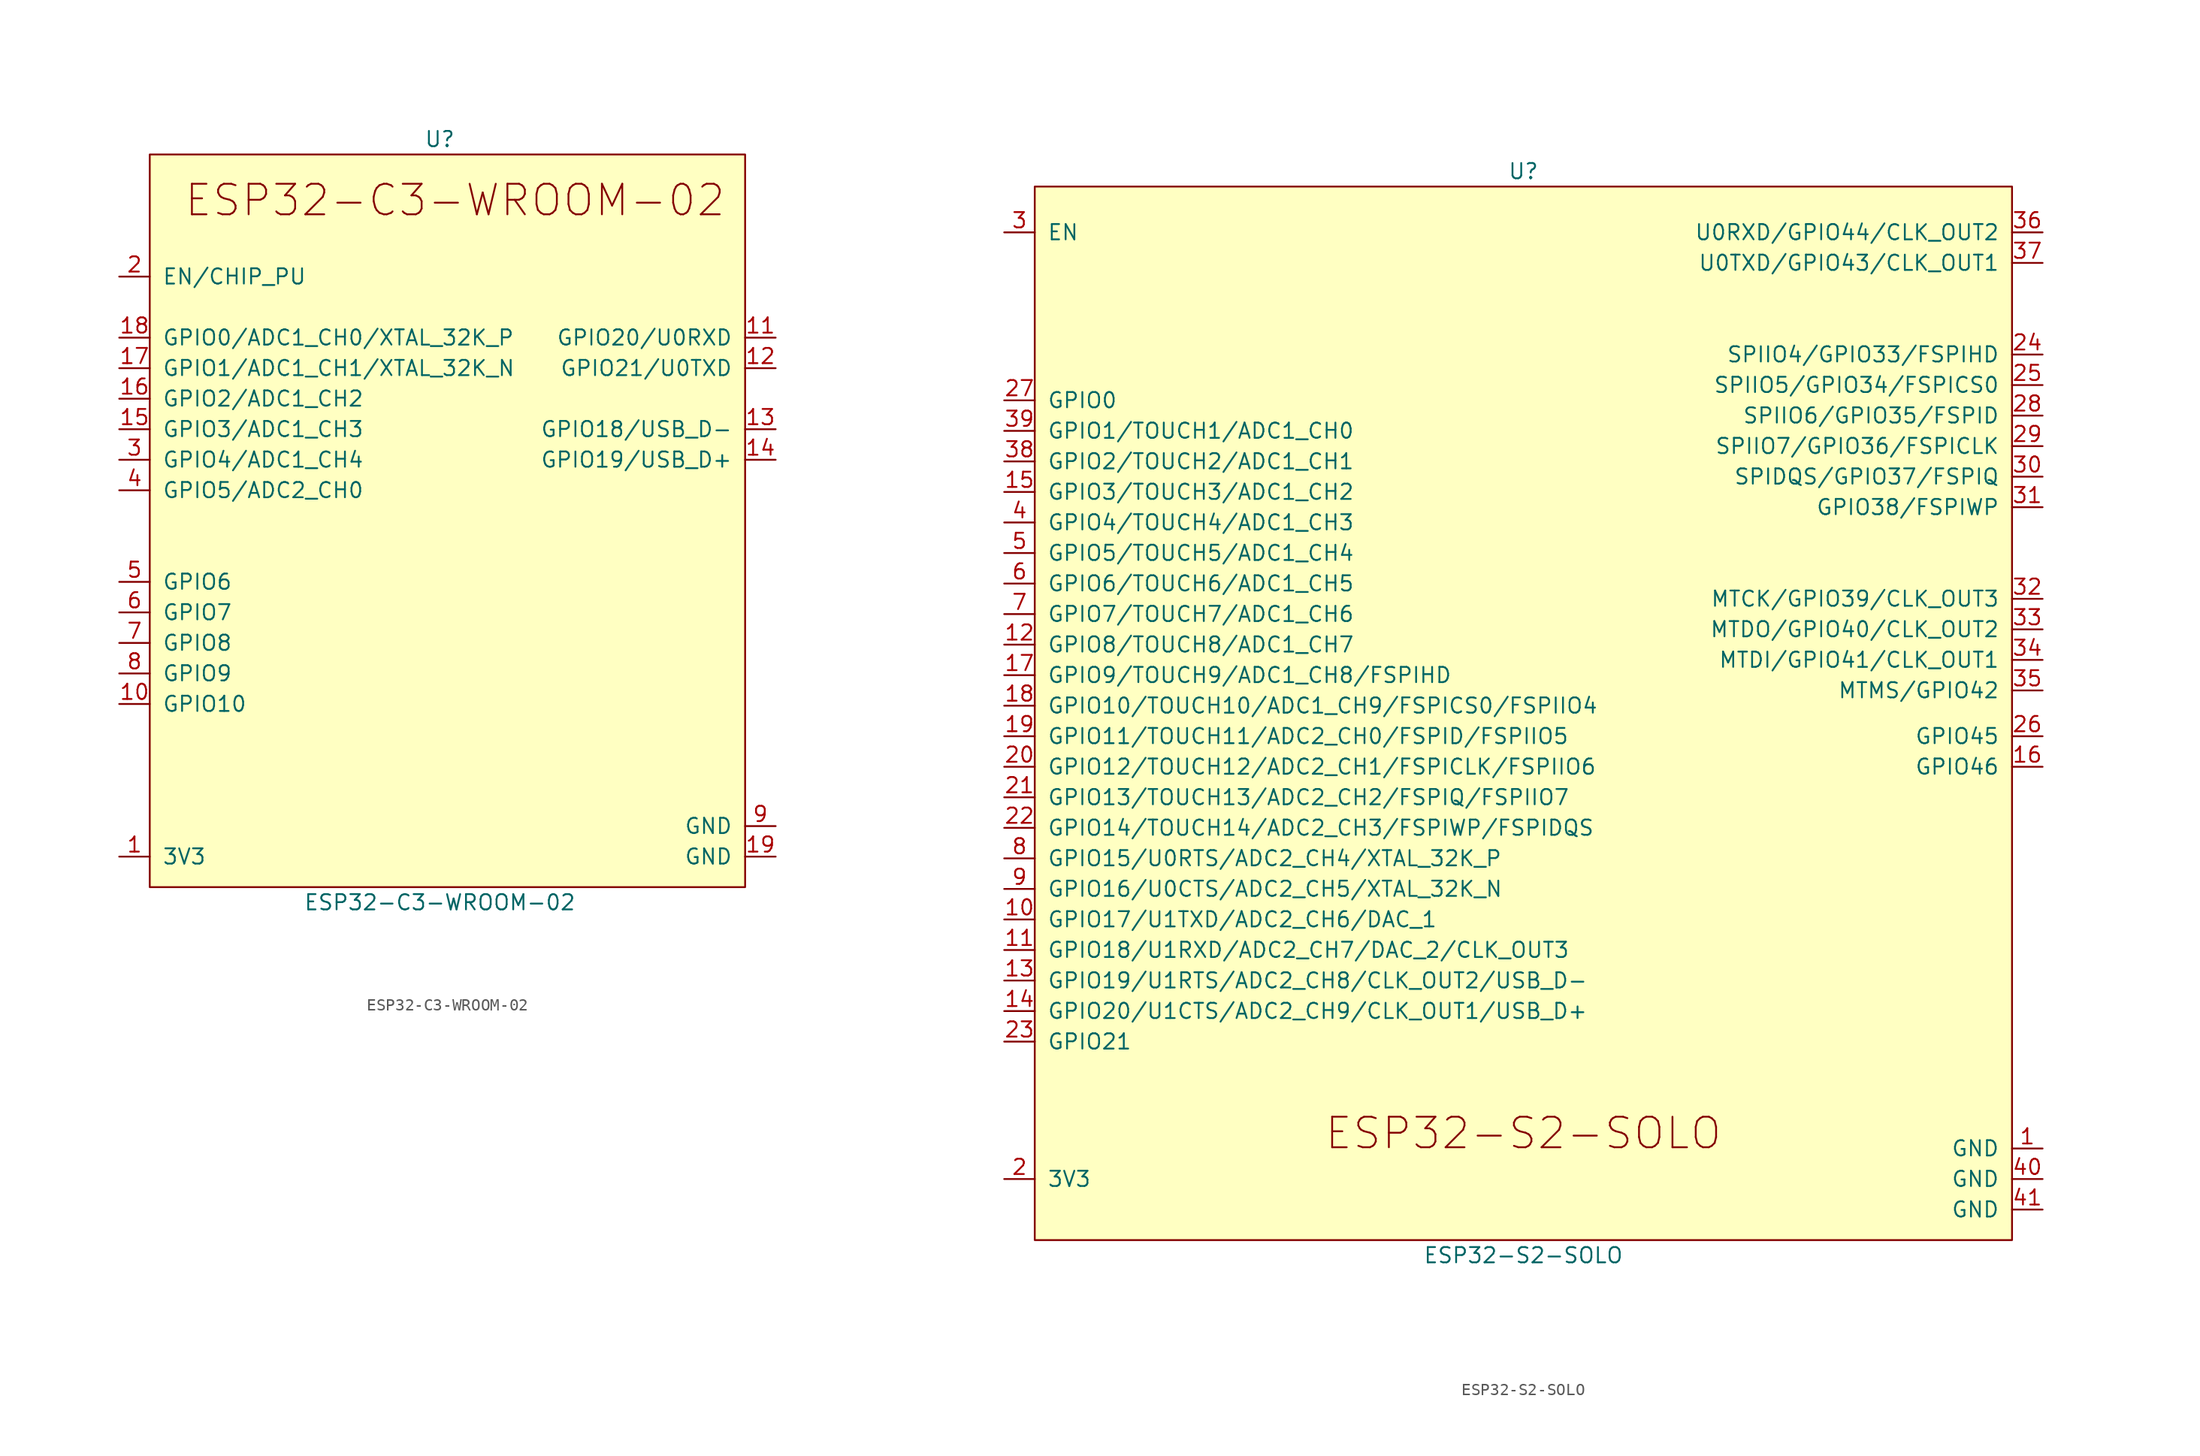
<source format=kicad_sym>
(kicad_symbol_lib
  (version 20211014)
  (generator kicad_symbol_editor)
  (symbol "ESP32-C3-WROOM-02"
    (pin_names
      (offset 1.016))
    (property "Reference" "U"
      (at 0 33.02 0)
      (effects (font (size 1.27 1.27))))
    (property "Value" "ESP32-C3-WROOM-02"
      (at 0 -30.48 0)
      (effects (font (size 1.27 1.27))))
    (symbol "ESP32-C3-WROOM-02_0_0"
      (text "ESP32-C3-WROOM-02" (at 1.27 27.94 0) (effects (font (size 2.54 2.54)))))
    (symbol "ESP32-C3-WROOM-02_0_1"
      (rectangle (start -24.13 31.75) (end 25.4 -29.21) (stroke (width 0) (type default) (color 0 0 0 0)) (fill (type background))))
    (symbol "ESP32-C3-WROOM-02_1_1"
      (pin power_in line (at -26.67 -26.67 0) (length 2.54) (name "3V3" (effects (font (size 1.27 1.27)))) (number "1" (effects (font (size 1.27 1.27)))))
      (pin bidirectional line (at -26.67 -13.97 0) (length 2.54) (name "GPIO10" (effects (font (size 1.27 1.27)))) (number "10" (effects (font (size 1.27 1.27)))))
      (pin bidirectional line (at 27.94 16.51 180) (length 2.54) (name "GPIO20/U0RXD" (effects (font (size 1.27 1.27)))) (number "11" (effects (font (size 1.27 1.27)))))
      (pin bidirectional line (at 27.94 13.97 180) (length 2.54) (name "GPIO21/U0TXD" (effects (font (size 1.27 1.27)))) (number "12" (effects (font (size 1.27 1.27)))))
      (pin bidirectional line (at 27.94 8.89 180) (length 2.54) (name "GPIO18/USB_D-" (effects (font (size 1.27 1.27)))) (number "13" (effects (font (size 1.27 1.27)))))
      (pin bidirectional line (at 27.94 6.35 180) (length 2.54) (name "GPIO19/USB_D+" (effects (font (size 1.27 1.27)))) (number "14" (effects (font (size 1.27 1.27)))))
      (pin bidirectional line (at -26.67 8.89 0) (length 2.54) (name "GPIO3/ADC1_CH3" (effects (font (size 1.27 1.27)))) (number "15" (effects (font (size 1.27 1.27)))))
      (pin bidirectional line (at -26.67 11.43 0) (length 2.54) (name "GPIO2/ADC1_CH2" (effects (font (size 1.27 1.27)))) (number "16" (effects (font (size 1.27 1.27)))))
      (pin bidirectional line (at -26.67 13.97 0) (length 2.54) (name "GPIO1/ADC1_CH1/XTAL_32K_N" (effects (font (size 1.27 1.27)))) (number "17" (effects (font (size 1.27 1.27)))))
      (pin bidirectional line (at -26.67 16.51 0) (length 2.54) (name "GPIO0/ADC1_CH0/XTAL_32K_P" (effects (font (size 1.27 1.27)))) (number "18" (effects (font (size 1.27 1.27)))))
      (pin power_in line (at 27.94 -26.67 180) (length 2.54) (name "GND" (effects (font (size 1.27 1.27)))) (number "19" (effects (font (size 1.27 1.27)))))
      (pin input line (at -26.67 21.59 0) (length 2.54) (name "EN/CHIP_PU" (effects (font (size 1.27 1.27)))) (number "2" (effects (font (size 1.27 1.27)))))
      (pin bidirectional line (at -26.67 6.35 0) (length 2.54) (name "GPIO4/ADC1_CH4" (effects (font (size 1.27 1.27)))) (number "3" (effects (font (size 1.27 1.27)))))
      (pin bidirectional line (at -26.67 3.81 0) (length 2.54) (name "GPIO5/ADC2_CH0" (effects (font (size 1.27 1.27)))) (number "4" (effects (font (size 1.27 1.27)))))
      (pin bidirectional line (at -26.67 -3.81 0) (length 2.54) (name "GPIO6" (effects (font (size 1.27 1.27)))) (number "5" (effects (font (size 1.27 1.27)))))
      (pin bidirectional line (at -26.67 -6.35 0) (length 2.54) (name "GPIO7" (effects (font (size 1.27 1.27)))) (number "6" (effects (font (size 1.27 1.27)))))
      (pin bidirectional line (at -26.67 -8.89 0) (length 2.54) (name "GPIO8" (effects (font (size 1.27 1.27)))) (number "7" (effects (font (size 1.27 1.27)))))
      (pin bidirectional line (at -26.67 -11.43 0) (length 2.54) (name "GPIO9" (effects (font (size 1.27 1.27)))) (number "8" (effects (font (size 1.27 1.27)))))
      (pin power_in line (at 27.94 -24.13 180) (length 2.54) (name "GND" (effects (font (size 1.27 1.27)))) (number "9" (effects (font (size 1.27 1.27)))))))
  (symbol "ESP32-S2-SOLO"
    (pin_names
      (offset 1.016))
    (property "Reference" "U"
      (at 0 43.18 0)
      (effects (font (size 1.27 1.27))))
    (property "Value" "ESP32-S2-SOLO"
      (at 0 -46.99 0)
      (effects (font (size 1.27 1.27))))
    (symbol "ESP32-S2-SOLO_0_1"
      (rectangle (start -40.64 41.91) (end 40.64 -45.72) (stroke (width 0) (type default) (color 0 0 0 0)) (fill (type background))))
    (symbol "ESP32-S2-SOLO_1_1"
      (text "ESP32-S2-SOLO" (at 0 -36.83 0) (effects (font (size 2.54 2.54))))
      (pin power_in line (at 43.18 -38.1 180) (length 2.54) (name "GND" (effects (font (size 1.27 1.27)))) (number "1" (effects (font (size 1.27 1.27)))))
      (pin bidirectional line (at -43.18 -19.05 0) (length 2.54) (name "GPIO17/U1TXD/ADC2_CH6/DAC_1" (effects (font (size 1.27 1.27)))) (number "10" (effects (font (size 1.27 1.27)))))
      (pin bidirectional line (at -43.18 -21.59 0) (length 2.54) (name "GPIO18/U1RXD/ADC2_CH7/DAC_2/CLK_OUT3" (effects (font (size 1.27 1.27)))) (number "11" (effects (font (size 1.27 1.27)))))
      (pin bidirectional line (at -43.18 3.81 0) (length 2.54) (name "GPIO8/TOUCH8/ADC1_CH7" (effects (font (size 1.27 1.27)))) (number "12" (effects (font (size 1.27 1.27)))))
      (pin bidirectional line (at -43.18 -24.13 0) (length 2.54) (name "GPIO19/U1RTS/ADC2_CH8/CLK_OUT2/USB_D-" (effects (font (size 1.27 1.27)))) (number "13" (effects (font (size 1.27 1.27)))))
      (pin bidirectional line (at -43.18 -26.67 0) (length 2.54) (name "GPIO20/U1CTS/ADC2_CH9/CLK_OUT1/USB_D+" (effects (font (size 1.27 1.27)))) (number "14" (effects (font (size 1.27 1.27)))))
      (pin bidirectional line (at -43.18 16.51 0) (length 2.54) (name "GPIO3/TOUCH3/ADC1_CH2" (effects (font (size 1.27 1.27)))) (number "15" (effects (font (size 1.27 1.27)))))
      (pin input line (at 43.18 -6.35 180) (length 2.54) (name "GPIO46" (effects (font (size 1.27 1.27)))) (number "16" (effects (font (size 1.27 1.27)))))
      (pin bidirectional line (at -43.18 1.27 0) (length 2.54) (name "GPIO9/TOUCH9/ADC1_CH8/FSPIHD" (effects (font (size 1.27 1.27)))) (number "17" (effects (font (size 1.27 1.27)))))
      (pin bidirectional line (at -43.18 -1.27 0) (length 2.54) (name "GPIO10/TOUCH10/ADC1_CH9/FSPICS0/FSPIIO4" (effects (font (size 1.27 1.27)))) (number "18" (effects (font (size 1.27 1.27)))))
      (pin bidirectional line (at -43.18 -3.81 0) (length 2.54) (name "GPIO11/TOUCH11/ADC2_CH0/FSPID/FSPIIO5" (effects (font (size 1.27 1.27)))) (number "19" (effects (font (size 1.27 1.27)))))
      (pin power_in line (at -43.18 -40.64 0) (length 2.54) (name "3V3" (effects (font (size 1.27 1.27)))) (number "2" (effects (font (size 1.27 1.27)))))
      (pin bidirectional line (at -43.18 -6.35 0) (length 2.54) (name "GPIO12/TOUCH12/ADC2_CH1/FSPICLK/FSPIIO6" (effects (font (size 1.27 1.27)))) (number "20" (effects (font (size 1.27 1.27)))))
      (pin bidirectional line (at -43.18 -8.89 0) (length 2.54) (name "GPIO13/TOUCH13/ADC2_CH2/FSPIQ/FSPIIO7" (effects (font (size 1.27 1.27)))) (number "21" (effects (font (size 1.27 1.27)))))
      (pin bidirectional line (at -43.18 -11.43 0) (length 2.54) (name "GPIO14/TOUCH14/ADC2_CH3/FSPIWP/FSPIDQS" (effects (font (size 1.27 1.27)))) (number "22" (effects (font (size 1.27 1.27)))))
      (pin bidirectional line (at -43.18 -29.21 0) (length 2.54) (name "GPIO21" (effects (font (size 1.27 1.27)))) (number "23" (effects (font (size 1.27 1.27)))))
      (pin bidirectional line (at 43.18 27.94 180) (length 2.54) (name "SPIIO4/GPIO33/FSPIHD" (effects (font (size 1.27 1.27)))) (number "24" (effects (font (size 1.27 1.27)))))
      (pin bidirectional line (at 43.18 25.4 180) (length 2.54) (name "SPIIO5/GPIO34/FSPICS0" (effects (font (size 1.27 1.27)))) (number "25" (effects (font (size 1.27 1.27)))))
      (pin bidirectional line (at 43.18 -3.81 180) (length 2.54) (name "GPIO45" (effects (font (size 1.27 1.27)))) (number "26" (effects (font (size 1.27 1.27)))))
      (pin bidirectional line (at -43.18 24.13 0) (length 2.54) (name "GPIO0" (effects (font (size 1.27 1.27)))) (number "27" (effects (font (size 1.27 1.27)))))
      (pin bidirectional line (at 43.18 22.86 180) (length 2.54) (name "SPIIO6/GPIO35/FSPID" (effects (font (size 1.27 1.27)))) (number "28" (effects (font (size 1.27 1.27)))))
      (pin bidirectional line (at 43.18 20.32 180) (length 2.54) (name "SPIIO7/GPIO36/FSPICLK" (effects (font (size 1.27 1.27)))) (number "29" (effects (font (size 1.27 1.27)))))
      (pin bidirectional line (at -43.18 38.1 0) (length 2.54) (name "EN" (effects (font (size 1.27 1.27)))) (number "3" (effects (font (size 1.27 1.27)))))
      (pin bidirectional line (at 43.18 17.78 180) (length 2.54) (name "SPIDQS/GPIO37/FSPIQ" (effects (font (size 1.27 1.27)))) (number "30" (effects (font (size 1.27 1.27)))))
      (pin bidirectional line (at 43.18 15.24 180) (length 2.54) (name "GPIO38/FSPIWP" (effects (font (size 1.27 1.27)))) (number "31" (effects (font (size 1.27 1.27)))))
      (pin bidirectional line (at 43.18 7.62 180) (length 2.54) (name "MTCK/GPIO39/CLK_OUT3" (effects (font (size 1.27 1.27)))) (number "32" (effects (font (size 1.27 1.27)))))
      (pin bidirectional line (at 43.18 5.08 180) (length 2.54) (name "MTDO/GPIO40/CLK_OUT2" (effects (font (size 1.27 1.27)))) (number "33" (effects (font (size 1.27 1.27)))))
      (pin bidirectional line (at 43.18 2.54 180) (length 2.54) (name "MTDI/GPIO41/CLK_OUT1" (effects (font (size 1.27 1.27)))) (number "34" (effects (font (size 1.27 1.27)))))
      (pin bidirectional line (at 43.18 0 180) (length 2.54) (name "MTMS/GPIO42" (effects (font (size 1.27 1.27)))) (number "35" (effects (font (size 1.27 1.27)))))
      (pin bidirectional line (at 43.18 38.1 180) (length 2.54) (name "U0RXD/GPIO44/CLK_OUT2" (effects (font (size 1.27 1.27)))) (number "36" (effects (font (size 1.27 1.27)))))
      (pin bidirectional line (at 43.18 35.56 180) (length 2.54) (name "U0TXD/GPIO43/CLK_OUT1" (effects (font (size 1.27 1.27)))) (number "37" (effects (font (size 1.27 1.27)))))
      (pin bidirectional line (at -43.18 19.05 0) (length 2.54) (name "GPIO2/TOUCH2/ADC1_CH1" (effects (font (size 1.27 1.27)))) (number "38" (effects (font (size 1.27 1.27)))))
      (pin bidirectional line (at -43.18 21.59 0) (length 2.54) (name "GPIO1/TOUCH1/ADC1_CH0" (effects (font (size 1.27 1.27)))) (number "39" (effects (font (size 1.27 1.27)))))
      (pin bidirectional line (at -43.18 13.97 0) (length 2.54) (name "GPIO4/TOUCH4/ADC1_CH3" (effects (font (size 1.27 1.27)))) (number "4" (effects (font (size 1.27 1.27)))))
      (pin input line (at 43.18 -40.64 180) (length 2.54) (name "GND" (effects (font (size 1.27 1.27)))) (number "40" (effects (font (size 1.27 1.27)))))
      (pin input line (at 43.18 -43.18 180) (length 2.54) (name "GND" (effects (font (size 1.27 1.27)))) (number "41" (effects (font (size 1.27 1.27)))))
      (pin bidirectional line (at -43.18 11.43 0) (length 2.54) (name "GPIO5/TOUCH5/ADC1_CH4" (effects (font (size 1.27 1.27)))) (number "5" (effects (font (size 1.27 1.27)))))
      (pin bidirectional line (at -43.18 8.89 0) (length 2.54) (name "GPIO6/TOUCH6/ADC1_CH5" (effects (font (size 1.27 1.27)))) (number "6" (effects (font (size 1.27 1.27)))))
      (pin bidirectional line (at -43.18 6.35 0) (length 2.54) (name "GPIO7/TOUCH7/ADC1_CH6" (effects (font (size 1.27 1.27)))) (number "7" (effects (font (size 1.27 1.27)))))
      (pin bidirectional line (at -43.18 -13.97 0) (length 2.54) (name "GPIO15/U0RTS/ADC2_CH4/XTAL_32K_P" (effects (font (size 1.27 1.27)))) (number "8" (effects (font (size 1.27 1.27)))))
      (pin bidirectional line (at -43.18 -16.51 0) (length 2.54) (name "GPIO16/U0CTS/ADC2_CH5/XTAL_32K_N" (effects (font (size 1.27 1.27)))) (number "9" (effects (font (size 1.27 1.27))))))))
</source>
